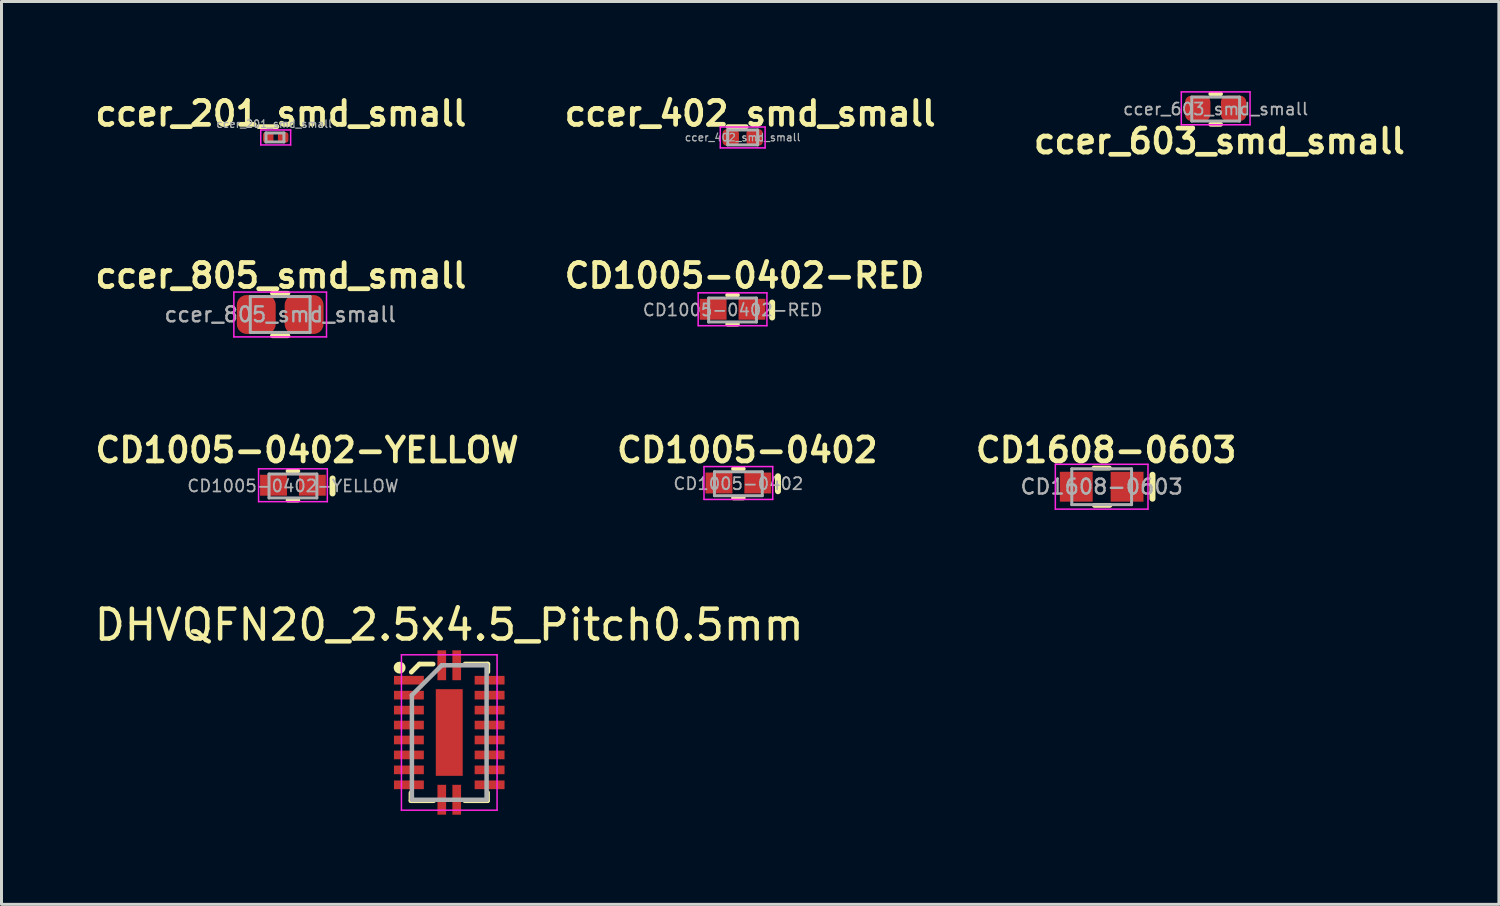
<source format=kicad_pcb>
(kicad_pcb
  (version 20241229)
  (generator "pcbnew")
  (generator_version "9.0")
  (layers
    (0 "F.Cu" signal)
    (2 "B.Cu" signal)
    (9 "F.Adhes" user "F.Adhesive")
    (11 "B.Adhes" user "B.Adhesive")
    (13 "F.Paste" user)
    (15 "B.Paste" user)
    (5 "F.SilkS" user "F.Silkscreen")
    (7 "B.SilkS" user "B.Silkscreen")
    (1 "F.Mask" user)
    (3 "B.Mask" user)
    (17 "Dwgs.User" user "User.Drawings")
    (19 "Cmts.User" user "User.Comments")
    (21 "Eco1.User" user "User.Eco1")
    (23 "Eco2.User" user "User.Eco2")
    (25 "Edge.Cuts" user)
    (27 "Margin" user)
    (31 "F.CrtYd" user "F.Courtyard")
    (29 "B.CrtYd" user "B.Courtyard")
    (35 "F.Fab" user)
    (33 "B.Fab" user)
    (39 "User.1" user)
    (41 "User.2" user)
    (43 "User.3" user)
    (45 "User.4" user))
  (footprint "ccer_805_smd_small"
    (layer "F.Cu")
    (at 6.325 7.473)
    (property "Reference" "ccer_805_smd_small" (at 0.025 -1.3 0) (layer "F.SilkS") (effects (font (size 0.8 0.8) (thickness 0.16))))
    (attr smd)
    (fp_line (start -0.259 -0.71) (end 0.259 -0.71) (stroke (width 0.16) (type solid)) (layer "F.SilkS"))
    (fp_line (start -0.259 0.71) (end 0.259 0.71) (stroke (width 0.16) (type solid)) (layer "F.SilkS"))
    (fp_line (start -1.55 -0.75) (end 1.55 -0.75) (stroke (width 0.05) (type solid)) (layer "F.CrtYd"))
    (fp_line (start -1.55 0.75) (end -1.55 -0.75) (stroke (width 0.05) (type solid)) (layer "F.CrtYd"))
    (fp_line (start -1.55 0.75) (end 1.55 0.75) (stroke (width 0.05) (type solid)) (layer "F.CrtYd"))
    (fp_line (start 1.55 0.75) (end 1.55 -0.75) (stroke (width 0.05) (type solid)) (layer "F.CrtYd"))
    (fp_line (start -1 -0.6) (end 1 -0.6) (stroke (width 0.1) (type solid)) (layer "F.Fab"))
    (fp_line (start -1 0.6) (end -1 -0.6) (stroke (width 0.1) (type solid)) (layer "F.Fab"))
    (fp_line (start 1 -0.6) (end 1 0.6) (stroke (width 0.1) (type solid)) (layer "F.Fab"))
    (fp_line (start 1 0.6) (end -1 0.6) (stroke (width 0.1) (type solid)) (layer "F.Fab"))
    (fp_text user "${REFERENCE}" (at 0 0 0) (layer "F.Fab") (effects (font (size 0.5 0.5) (thickness 0.08))))
    (pad "1" smd roundrect (at -0.8 0) (size 1.3 1.3) (layers "F.Cu" "F.Mask" "F.Paste") (roundrect_rratio 0.25))
    (pad "2" smd roundrect (at 0.8 0) (size 1.3 1.3) (layers "F.Cu" "F.Mask" "F.Paste") (roundrect_rratio 0.25)))
  (footprint "DHVQFN20_2.5x4.5_Pitch0.5mm"
    (layer "F.Cu")
    (at 11.982 21.46)
    (property "Reference" "DHVQFN20_2.5x4.5_Pitch0.5mm" (at 0 -3.6 0) (layer "F.SilkS") (effects (font (size 1 1) (thickness 0.15))))
    (attr smd)
    (fp_line (start -1.28 2.28) (end -1.28 2.02) (stroke (width 0.16) (type solid)) (layer "F.SilkS"))
    (fp_line (start -1 -2.29) (end -1.27 -2.02) (stroke (width 0.16) (type solid)) (layer "F.SilkS"))
    (fp_line (start -0.54 -2.29) (end -1 -2.29) (stroke (width 0.16) (type solid)) (layer "F.SilkS"))
    (fp_line (start -0.52 2.28) (end -1.28 2.28) (stroke (width 0.16) (type solid)) (layer "F.SilkS"))
    (fp_line (start 1.28 2.28) (end 0.52 2.28) (stroke (width 0.16) (type solid)) (layer "F.SilkS"))
    (fp_line (start 1.28 2.28) (end 1.28 2.01) (stroke (width 0.16) (type solid)) (layer "F.SilkS"))
    (fp_line (start 1.29 -2.29) (end 0.53 -2.29) (stroke (width 0.16) (type solid)) (layer "F.SilkS"))
    (fp_line (start 1.29 -2.03) (end 1.29 -2.29) (stroke (width 0.16) (type solid)) (layer "F.SilkS"))
    (fp_circle (center -1.66 -2.17) (end -1.56 -2.18) (stroke (width 0.2) (type solid)) (fill no) (layer "F.SilkS"))
    (fp_poly (pts (xy 0.15 -0.25) (xy -0.15 -0.25) (xy -0.15 -0.8) (xy 0.15 -0.8)) (stroke (width 0.1) (type solid)) (fill yes) (layer "F.Paste"))
    (fp_poly (pts (xy 0.15 0.8) (xy -0.15 0.8) (xy -0.15 0.25) (xy 0.15 0.25)) (stroke (width 0.1) (type solid)) (fill yes) (layer "F.Paste"))
    (fp_line (start -1.6 -2.6) (end 1.6 -2.6) (stroke (width 0.05) (type solid)) (layer "F.CrtYd"))
    (fp_line (start -1.6 2.6) (end -1.6 -2.6) (stroke (width 0.05) (type solid)) (layer "F.CrtYd"))
    (fp_line (start 1.6 -2.6) (end 1.6 2.6) (stroke (width 0.05) (type solid)) (layer "F.CrtYd"))
    (fp_line (start 1.6 2.6) (end -1.6 2.6) (stroke (width 0.05) (type solid)) (layer "F.CrtYd"))
    (fp_line (start -1.25 -1.25) (end -1.25 2.25) (stroke (width 0.15) (type solid)) (layer "F.Fab"))
    (fp_line (start -1.25 2.25) (end 1.25 2.25) (stroke (width 0.15) (type solid)) (layer "F.Fab"))
    (fp_line (start -0.25 -2.25) (end -1.25 -1.25) (stroke (width 0.15) (type solid)) (layer "F.Fab"))
    (fp_line (start 1.25 -2.25) (end -0.25 -2.25) (stroke (width 0.15) (type solid)) (layer "F.Fab"))
    (fp_line (start 1.25 2.25) (end 1.25 -2.25) (stroke (width 0.15) (type solid)) (layer "F.Fab"))
    (pad "1" smd rect (at -0.25 -2.25) (size 0.29 1) (layers "F.Cu" "F.Mask" "F.Paste"))
    (pad "2" smd rect (at -1.35 -1.75 90) (size 0.29 1) (layers "F.Cu" "F.Mask" "F.Paste"))
    (pad "3" smd rect (at -1.35 -1.25 90) (size 0.29 1) (layers "F.Cu" "F.Mask" "F.Paste"))
    (pad "4" smd rect (at -1.35 -0.75 90) (size 0.29 1) (layers "F.Cu" "F.Mask" "F.Paste"))
    (pad "5" smd rect (at -1.35 -0.25 90) (size 0.29 1) (layers "F.Cu" "F.Mask" "F.Paste"))
    (pad "6" smd rect (at -1.35 0.25 90) (size 0.29 1) (layers "F.Cu" "F.Mask" "F.Paste"))
    (pad "7" smd rect (at -1.35 0.75 90) (size 0.29 1) (layers "F.Cu" "F.Mask" "F.Paste"))
    (pad "8" smd rect (at -1.35 1.25 90) (size 0.29 1) (layers "F.Cu" "F.Mask" "F.Paste"))
    (pad "9" smd rect (at -1.35 1.75 90) (size 0.29 1) (layers "F.Cu" "F.Mask" "F.Paste"))
    (pad "10" smd rect (at -0.25 2.25) (size 0.29 1) (layers "F.Cu" "F.Mask" "F.Paste"))
    (pad "11" smd rect (at 0.25 2.25) (size 0.29 1) (layers "F.Cu" "F.Mask" "F.Paste"))
    (pad "12" smd rect (at 1.35 1.75 90) (size 0.29 1) (layers "F.Cu" "F.Mask" "F.Paste"))
    (pad "13" smd rect (at 1.35 1.25 90) (size 0.29 1) (layers "F.Cu" "F.Mask" "F.Paste"))
    (pad "14" smd rect (at 1.35 0.75 90) (size 0.29 1) (layers "F.Cu" "F.Mask" "F.Paste"))
    (pad "15" smd rect (at 1.35 0.25 90) (size 0.29 1) (layers "F.Cu" "F.Mask" "F.Paste"))
    (pad "16" smd rect (at 1.35 -0.25 90) (size 0.29 1) (layers "F.Cu" "F.Mask" "F.Paste"))
    (pad "17" smd rect (at 1.35 -0.75 90) (size 0.29 1) (layers "F.Cu" "F.Mask" "F.Paste"))
    (pad "18" smd rect (at 1.35 -1.25 90) (size 0.29 1) (layers "F.Cu" "F.Mask" "F.Paste"))
    (pad "19" smd rect (at 1.35 -1.75 90) (size 0.29 1) (layers "F.Cu" "F.Mask" "F.Paste"))
    (pad "20" smd rect (at 0.25 -2.25) (size 0.29 1) (layers "F.Cu" "F.Mask" "F.Paste"))
    (pad "21" smd rect (at 0 0) (size 0.9 2.9) (layers "F.Cu" "F.Mask")))
  (footprint "CD1608-0603"
    (layer "F.Cu")
    (at 33.812 13.236)
    (property "Reference" "CD1608-0603" (at 0.15 -1.225 0) (layer "F.SilkS") (effects (font (size 0.8 0.8) (thickness 0.16))))
    (attr smd)
    (fp_line (start -0.259 -0.625) (end 0.259 -0.625) (stroke (width 0.16) (type solid)) (layer "F.SilkS"))
    (fp_line (start -0.242 0.625) (end 0.275 0.625) (stroke (width 0.16) (type solid)) (layer "F.SilkS"))
    (fp_line (start 1.7 0.4) (end 1.7 -0.4) (stroke (width 0.2) (type solid)) (layer "F.SilkS"))
    (fp_line (start -1.55 -0.75) (end 1.55 -0.75) (stroke (width 0.05) (type solid)) (layer "F.CrtYd"))
    (fp_line (start -1.55 0.75) (end -1.55 -0.75) (stroke (width 0.05) (type solid)) (layer "F.CrtYd"))
    (fp_line (start -1.55 0.75) (end 1.55 0.75) (stroke (width 0.05) (type solid)) (layer "F.CrtYd"))
    (fp_line (start 1.55 0.75) (end 1.55 -0.75) (stroke (width 0.05) (type solid)) (layer "F.CrtYd"))
    (fp_line (start -1 -0.6) (end 1 -0.6) (stroke (width 0.1) (type solid)) (layer "F.Fab"))
    (fp_line (start -1 0.6) (end -1 -0.6) (stroke (width 0.1) (type solid)) (layer "F.Fab"))
    (fp_line (start 1 -0.6) (end 1 0.6) (stroke (width 0.1) (type solid)) (layer "F.Fab"))
    (fp_line (start 1 0.6) (end -1 0.6) (stroke (width 0.1) (type solid)) (layer "F.Fab"))
    (fp_text user "${REFERENCE}" (at 0 0 0) (layer "F.Fab") (effects (font (size 0.5 0.5) (thickness 0.08))))
    (pad "1" smd rect (at -0.85 0) (size 1.1 1) (layers "F.Cu" "F.Mask" "F.Paste"))
    (pad "2" smd rect (at 0.85 0) (size 1.1 1) (layers "F.Cu" "F.Mask" "F.Paste")))
  (footprint "ccer_603_smd_small"
    (layer "F.Cu")
    (at 37.627 0.575)
    (property "Reference" "ccer_603_smd_small" (at 0.125 1.1 0) (layer "F.SilkS") (effects (font (size 0.8 0.8) (thickness 0.16))))
    (attr smd)
    (fp_line (start -0.163 -0.485) (end 0.163 -0.485) (stroke (width 0.16) (type solid)) (layer "F.SilkS"))
    (fp_line (start -0.163 0.535) (end 0.163 0.535) (stroke (width 0.16) (type solid)) (layer "F.SilkS"))
    (fp_line (start -1.15 -0.55) (end 1.15 -0.55) (stroke (width 0.05) (type solid)) (layer "F.CrtYd"))
    (fp_line (start -1.15 0.55) (end -1.15 -0.55) (stroke (width 0.05) (type solid)) (layer "F.CrtYd"))
    (fp_line (start -1.15 0.55) (end 1.15 0.55) (stroke (width 0.05) (type solid)) (layer "F.CrtYd"))
    (fp_line (start 1.15 0.55) (end 1.15 -0.55) (stroke (width 0.05) (type solid)) (layer "F.CrtYd"))
    (fp_line (start -0.8 -0.375) (end 0.8 -0.375) (stroke (width 0.1) (type solid)) (layer "F.Fab"))
    (fp_line (start -0.8 0.425) (end -0.8 -0.375) (stroke (width 0.1) (type solid)) (layer "F.Fab"))
    (fp_line (start 0.8 -0.375) (end 0.8 0.425) (stroke (width 0.1) (type solid)) (layer "F.Fab"))
    (fp_line (start 0.8 0.425) (end -0.8 0.425) (stroke (width 0.1) (type solid)) (layer "F.Fab"))
    (fp_text user "${REFERENCE}" (at 0 0.025 0) (layer "F.Fab") (effects (font (size 0.4 0.4) (thickness 0.06))))
    (pad "1" smd roundrect (at -0.6 0) (size 0.85 0.85) (layers "F.Cu" "F.Mask" "F.Paste") (roundrect_rratio 0.25))
    (pad "2" smd roundrect (at 0.6 0) (size 0.85 0.85) (layers "F.Cu" "F.Mask" "F.Paste") (roundrect_rratio 0.25)))
  (footprint "CD1005-0402-RED"
    (layer "F.Cu")
    (at 21.461 7.298)
    (property "Reference" "CD1005-0402-RED" (at 0.4 -1.125 0) (layer "F.SilkS") (effects (font (size 0.8 0.8) (thickness 0.16))))
    (attr smd)
    (fp_line (start -0.163 -0.475) (end 0.163 -0.475) (stroke (width 0.16) (type solid)) (layer "F.SilkS"))
    (fp_line (start -0.163 0.5) (end 0.163 0.5) (stroke (width 0.16) (type solid)) (layer "F.SilkS"))
    (fp_line (start 1.325 0.275) (end 1.325 -0.225) (stroke (width 0.2) (type solid)) (layer "F.SilkS"))
    (fp_line (start -1.15 -0.55) (end 1.15 -0.55) (stroke (width 0.05) (type solid)) (layer "F.CrtYd"))
    (fp_line (start -1.15 0.55) (end -1.15 -0.55) (stroke (width 0.05) (type solid)) (layer "F.CrtYd"))
    (fp_line (start -1.15 0.55) (end 1.15 0.55) (stroke (width 0.05) (type solid)) (layer "F.CrtYd"))
    (fp_line (start 1.15 0.55) (end 1.15 -0.55) (stroke (width 0.05) (type solid)) (layer "F.CrtYd"))
    (fp_line (start -0.8 -0.375) (end 0.8 -0.375) (stroke (width 0.1) (type solid)) (layer "F.Fab"))
    (fp_line (start -0.8 0.425) (end -0.8 -0.375) (stroke (width 0.1) (type solid)) (layer "F.Fab"))
    (fp_line (start 0.8 -0.375) (end 0.8 0.425) (stroke (width 0.1) (type solid)) (layer "F.Fab"))
    (fp_line (start 0.8 0.425) (end -0.8 0.425) (stroke (width 0.1) (type solid)) (layer "F.Fab"))
    (fp_text user "${REFERENCE}" (at 0 0.025 0) (layer "F.Fab") (effects (font (size 0.4 0.4) (thickness 0.06))))
    (pad "1" smd rect (at -0.65 0) (size 0.9 0.7) (layers "F.Cu" "F.Mask" "F.Paste"))
    (pad "2" smd rect (at 0.65 0) (size 0.9 0.7) (layers "F.Cu" "F.Mask" "F.Paste")))
  (footprint "ccer_402_smd_small"
    (layer "F.Cu")
    (at 21.801 1.549)
    (property "Reference" "ccer_402_smd_small" (at 0.25 -0.8 0) (layer "F.SilkS") (effects (font (size 0.8 0.8) (thickness 0.16))))
    (attr smd)
    (fp_line (start -0.75 -0.35) (end 0.75 -0.35) (stroke (width 0.05) (type solid)) (layer "F.CrtYd"))
    (fp_line (start -0.75 0.35) (end -0.75 -0.35) (stroke (width 0.05) (type solid)) (layer "F.CrtYd"))
    (fp_line (start -0.75 0.35) (end 0.75 0.35) (stroke (width 0.05) (type solid)) (layer "F.CrtYd"))
    (fp_line (start 0.75 0.35) (end 0.75 -0.35) (stroke (width 0.05) (type solid)) (layer "F.CrtYd"))
    (fp_line (start -0.5 -0.25) (end 0.5 -0.25) (stroke (width 0.1) (type solid)) (layer "F.Fab"))
    (fp_line (start -0.5 0.25) (end -0.5 -0.25) (stroke (width 0.1) (type solid)) (layer "F.Fab"))
    (fp_line (start 0.5 -0.25) (end 0.5 0.25) (stroke (width 0.1) (type solid)) (layer "F.Fab"))
    (fp_line (start 0.5 0.25) (end -0.5 0.25) (stroke (width 0.1) (type solid)) (layer "F.Fab"))
    (fp_text user "${REFERENCE}" (at 0 0 0) (layer "F.Fab") (effects (font (size 0.25 0.25) (thickness 0.04))))
    (pad "1" smd roundrect (at -0.4 0) (size 0.55 0.55) (layers "F.Cu" "F.Mask" "F.Paste") (roundrect_rratio 0.25))
    (pad "2" smd roundrect (at 0.4 0) (size 0.55 0.55) (layers "F.Cu" "F.Mask" "F.Paste") (roundrect_rratio 0.25)))
  (footprint "CD1005-0402"
    (layer "F.Cu")
    (at 21.656 13.111)
    (property "Reference" "CD1005-0402" (at 0.3 -1.1 0) (layer "F.SilkS") (effects (font (size 0.8 0.8) (thickness 0.16))))
    (attr smd)
    (fp_line (start -0.163 -0.475) (end 0.163 -0.475) (stroke (width 0.16) (type solid)) (layer "F.SilkS"))
    (fp_line (start -0.163 0.5) (end 0.163 0.5) (stroke (width 0.16) (type solid)) (layer "F.SilkS"))
    (fp_line (start 1.325 0.275) (end 1.325 -0.225) (stroke (width 0.2) (type solid)) (layer "F.SilkS"))
    (fp_line (start -1.15 -0.55) (end 1.15 -0.55) (stroke (width 0.05) (type solid)) (layer "F.CrtYd"))
    (fp_line (start -1.15 0.55) (end -1.15 -0.55) (stroke (width 0.05) (type solid)) (layer "F.CrtYd"))
    (fp_line (start -1.15 0.55) (end 1.15 0.55) (stroke (width 0.05) (type solid)) (layer "F.CrtYd"))
    (fp_line (start 1.15 0.55) (end 1.15 -0.55) (stroke (width 0.05) (type solid)) (layer "F.CrtYd"))
    (fp_line (start -0.8 -0.375) (end 0.8 -0.375) (stroke (width 0.1) (type solid)) (layer "F.Fab"))
    (fp_line (start -0.8 0.425) (end -0.8 -0.375) (stroke (width 0.1) (type solid)) (layer "F.Fab"))
    (fp_line (start 0.8 -0.375) (end 0.8 0.425) (stroke (width 0.1) (type solid)) (layer "F.Fab"))
    (fp_line (start 0.8 0.425) (end -0.8 0.425) (stroke (width 0.1) (type solid)) (layer "F.Fab"))
    (fp_text user "${REFERENCE}" (at 0 0.025 0) (layer "F.Fab") (effects (font (size 0.4 0.4) (thickness 0.06))))
    (pad "1" smd rect (at -0.65 0) (size 0.9 0.7) (layers "F.Cu" "F.Mask" "F.Paste"))
    (pad "2" smd rect (at 0.65 0) (size 0.9 0.7) (layers "F.Cu" "F.Mask" "F.Paste")))
  (footprint "ccer_201_smd_small"
    (layer "F.Cu")
    (at 6.175 1.549)
    (property "Reference" "ccer_201_smd_small" (at 0.175 -0.8 0) (layer "F.SilkS") (effects (font (size 0.8 0.8) (thickness 0.16))))
    (attr smd)
    (fp_line (start -0.5 -0.25) (end 0.5 -0.25) (stroke (width 0.05) (type solid)) (layer "F.CrtYd"))
    (fp_line (start -0.5 0.25) (end -0.5 -0.25) (stroke (width 0.05) (type solid)) (layer "F.CrtYd"))
    (fp_line (start -0.5 0.25) (end 0.5 0.25) (stroke (width 0.05) (type solid)) (layer "F.CrtYd"))
    (fp_line (start 0.5 0.25) (end 0.5 -0.25) (stroke (width 0.05) (type solid)) (layer "F.CrtYd"))
    (fp_line (start -0.325 -0.15) (end 0.275 -0.15) (stroke (width 0.1) (type solid)) (layer "F.Fab"))
    (fp_line (start -0.325 0.15) (end -0.325 -0.15) (stroke (width 0.1) (type solid)) (layer "F.Fab"))
    (fp_line (start 0.275 -0.15) (end 0.275 0.15) (stroke (width 0.1) (type solid)) (layer "F.Fab"))
    (fp_line (start 0.275 0.15) (end -0.325 0.15) (stroke (width 0.1) (type solid)) (layer "F.Fab"))
    (fp_text user "${REFERENCE}" (at -0.05 -0.45 0) (layer "F.Fab") (effects (font (size 0.25 0.25) (thickness 0.04))))
    (pad "" smd roundrect (at -0.25 0) (size 0.318 0.36) (layers "F.Paste") (roundrect_rratio 0.25))
    (pad "" smd roundrect (at 0.25 0) (size 0.318 0.36) (layers "F.Paste") (roundrect_rratio 0.25))
    (pad "1" smd roundrect (at -0.25 0) (size 0.35 0.35) (layers "F.Cu" "F.Mask") (roundrect_rratio 0.25))
    (pad "2" smd roundrect (at 0.25 0) (size 0.35 0.35) (layers "F.Cu" "F.Mask") (roundrect_rratio 0.25)))
  (footprint "CD1005-0402-YELLOW"
    (layer "F.Cu")
    (at 6.752 13.186)
    (property "Reference" "CD1005-0402-YELLOW" (at 0.475 -1.175 0) (layer "F.SilkS") (effects (font (size 0.8 0.8) (thickness 0.16))))
    (attr smd)
    (fp_line (start -0.163 -0.475) (end 0.163 -0.475) (stroke (width 0.16) (type solid)) (layer "F.SilkS"))
    (fp_line (start -0.163 0.5) (end 0.163 0.5) (stroke (width 0.16) (type solid)) (layer "F.SilkS"))
    (fp_line (start 1.325 0.275) (end 1.325 -0.225) (stroke (width 0.2) (type solid)) (layer "F.SilkS"))
    (fp_line (start -1.15 -0.55) (end 1.15 -0.55) (stroke (width 0.05) (type solid)) (layer "F.CrtYd"))
    (fp_line (start -1.15 0.55) (end -1.15 -0.55) (stroke (width 0.05) (type solid)) (layer "F.CrtYd"))
    (fp_line (start -1.15 0.55) (end 1.15 0.55) (stroke (width 0.05) (type solid)) (layer "F.CrtYd"))
    (fp_line (start 1.15 0.55) (end 1.15 -0.55) (stroke (width 0.05) (type solid)) (layer "F.CrtYd"))
    (fp_line (start -0.8 -0.375) (end 0.8 -0.375) (stroke (width 0.1) (type solid)) (layer "F.Fab"))
    (fp_line (start -0.8 0.425) (end -0.8 -0.375) (stroke (width 0.1) (type solid)) (layer "F.Fab"))
    (fp_line (start 0.8 -0.375) (end 0.8 0.425) (stroke (width 0.1) (type solid)) (layer "F.Fab"))
    (fp_line (start 0.8 0.425) (end -0.8 0.425) (stroke (width 0.1) (type solid)) (layer "F.Fab"))
    (fp_text user "${REFERENCE}" (at 0 0.025 0) (layer "F.Fab") (effects (font (size 0.4 0.4) (thickness 0.06))))
    (pad "1" smd rect (at -0.65 0) (size 0.9 0.7) (layers "F.Cu" "F.Mask" "F.Paste"))
    (pad "2" smd rect (at 0.65 0) (size 0.9 0.7) (layers "F.Cu" "F.Mask" "F.Paste")))
  (gr_rect
    (start -3 -3)
    (end 47.103 27.21)
    (stroke (width 0.1) (type default))
    (fill no)
    (layer "Edge.Cuts")))
</source>
